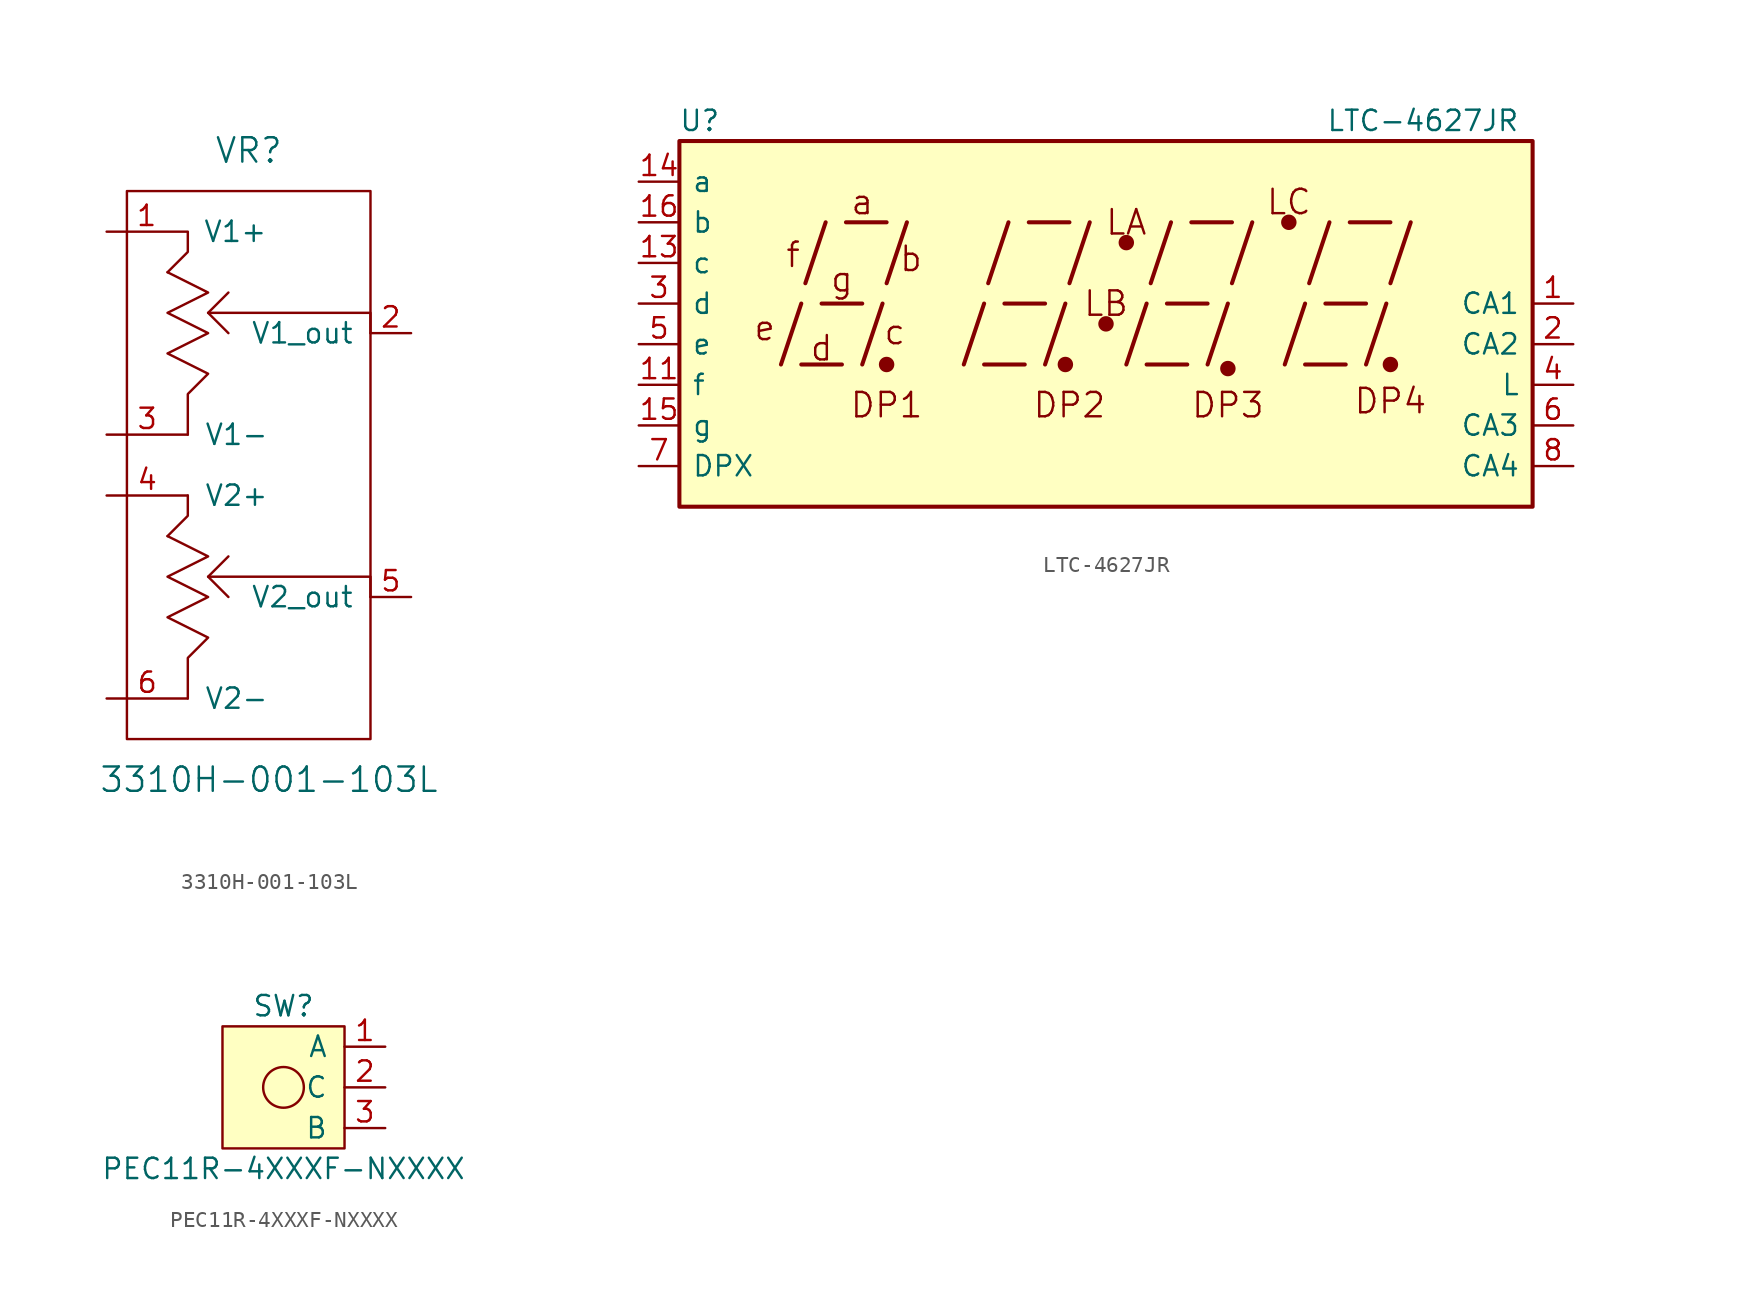
<source format=kicad_sym>
(kicad_symbol_lib
  (version 20211014)
  (generator kicad_symbol_editor)
  (symbol "3310H-001-103L"
    (pin_names
      (offset 1.016))
    (property "Reference" "VR"
      (at 0 13.97 0)
      (effects (font (size 1.524 1.524))))
    (property "Value" "3310H-001-103L"
      (at 1.27 -25.4 0)
      (effects (font (size 1.524 1.524))))
    (symbol "3310H-001-103L_0_1"
      (rectangle (start -7.62 11.43) (end 7.62 -22.86) (stroke (width 0) (type default) (color 0 0 0 0)) (fill (type none)))
      (polyline (pts (xy -5.08 -10.16) (xy -3.81 -8.89) (xy -3.81 -7.62)) (stroke (width 0) (type default) (color 0 0 0 0)) (fill (type none)))
      (polyline (pts (xy -5.08 6.35) (xy -3.81 7.62) (xy -3.81 8.89)) (stroke (width 0) (type default) (color 0 0 0 0)) (fill (type none)))
      (polyline (pts (xy -1.27 -11.43) (xy -2.54 -12.7) (xy -1.27 -13.97)) (stroke (width 0) (type default) (color 0 0 0 0)) (fill (type none)))
      (polyline (pts (xy -1.27 5.08) (xy -2.54 3.81) (xy -1.27 2.54)) (stroke (width 0) (type default) (color 0 0 0 0)) (fill (type none)))
      (polyline (pts (xy 7.62 -13.97) (xy 7.62 -12.7) (xy -2.54 -12.7)) (stroke (width 0) (type default) (color 0 0 0 0)) (fill (type none)))
      (polyline (pts (xy 7.62 2.54) (xy 7.62 3.81) (xy -2.54 3.81)) (stroke (width 0) (type default) (color 0 0 0 0)) (fill (type none)))
      (polyline (pts (xy -5.08 -10.16) (xy -2.54 -11.43) (xy -5.08 -12.7) (xy -2.54 -13.97) (xy -5.08 -15.24) (xy -2.54 -16.51) (xy -3.81 -17.78) (xy -3.81 -20.32)) (stroke (width 0) (type default) (color 0 0 0 0)) (fill (type none)))
      (polyline (pts (xy -5.08 6.35) (xy -2.54 5.08) (xy -5.08 3.81) (xy -2.54 2.54) (xy -5.08 1.27) (xy -2.54 0) (xy -3.81 -1.27) (xy -3.81 -3.81)) (stroke (width 0) (type default) (color 0 0 0 0)) (fill (type none))))
    (symbol "3310H-001-103L_1_1"
      (pin input line (at -8.89 8.89 0) (length 5.004) (name "V1+" (effects (font (size 1.27 1.27)))) (number "1" (effects (font (size 1.27 1.27)))))
      (pin input line (at 10.16 2.54 180) (length 2.54) (name "V1_out" (effects (font (size 1.27 1.27)))) (number "2" (effects (font (size 1.27 1.27)))))
      (pin input line (at -8.89 -3.81 0) (length 5.08) (name "V1-" (effects (font (size 1.27 1.27)))) (number "3" (effects (font (size 1.27 1.27)))))
      (pin input line (at -8.89 -7.62 0) (length 5.08) (name "V2+" (effects (font (size 1.27 1.27)))) (number "4" (effects (font (size 1.27 1.27)))))
      (pin input line (at 10.16 -13.97 180) (length 2.54) (name "V2_out" (effects (font (size 1.27 1.27)))) (number "5" (effects (font (size 1.27 1.27)))))
      (pin input line (at -8.89 -20.32 0) (length 5.08) (name "V2-" (effects (font (size 1.27 1.27)))) (number "6" (effects (font (size 1.27 1.27)))))))
  (symbol "LTC-4627JR"
    (pin_names
      (offset 0.762))
    (property "Reference" "U"
      (at -24.13 11.43 0)
      (effects (font (size 1.27 1.27))))
    (property "Value" "LTC-4627JR"
      (at 21.082 11.43 0)
      (effects (font (size 1.27 1.27))))
    (symbol "LTC-4627JR_0_0"
      (rectangle (start -25.4 10.16) (end 27.94 -12.7) (stroke (width 0.254) (type default) (color 0 0 0 0)) (fill (type background)))
      (polyline (pts (xy -19.05 -3.81) (xy -17.78 0)) (stroke (width 0.254) (type default) (color 0 0 0 0)) (fill (type none)))
      (polyline (pts (xy -17.78 -3.81) (xy -15.24 -3.81)) (stroke (width 0.254) (type default) (color 0 0 0 0)) (fill (type none)))
      (polyline (pts (xy -17.526 1.27) (xy -16.256 5.08)) (stroke (width 0.254) (type default) (color 0 0 0 0)) (fill (type none)))
      (polyline (pts (xy -16.51 0) (xy -13.97 0)) (stroke (width 0.254) (type default) (color 0 0 0 0)) (fill (type none)))
      (polyline (pts (xy -14.986 5.08) (xy -12.446 5.08)) (stroke (width 0.254) (type default) (color 0 0 0 0)) (fill (type none)))
      (polyline (pts (xy -13.97 -3.81) (xy -12.7 0)) (stroke (width 0.254) (type default) (color 0 0 0 0)) (fill (type none)))
      (polyline (pts (xy -12.446 1.27) (xy -11.176 5.08)) (stroke (width 0.254) (type default) (color 0 0 0 0)) (fill (type none)))
      (polyline (pts (xy -7.62 -3.81) (xy -6.35 0)) (stroke (width 0.254) (type default) (color 0 0 0 0)) (fill (type none)))
      (polyline (pts (xy -6.35 -3.81) (xy -3.81 -3.81)) (stroke (width 0.254) (type default) (color 0 0 0 0)) (fill (type none)))
      (polyline (pts (xy -6.096 1.27) (xy -4.826 5.08)) (stroke (width 0.254) (type default) (color 0 0 0 0)) (fill (type none)))
      (polyline (pts (xy -5.08 0) (xy -2.54 0)) (stroke (width 0.254) (type default) (color 0 0 0 0)) (fill (type none)))
      (polyline (pts (xy -3.556 5.08) (xy -1.016 5.08)) (stroke (width 0.254) (type default) (color 0 0 0 0)) (fill (type none)))
      (polyline (pts (xy -2.54 -3.81) (xy -1.27 0)) (stroke (width 0.254) (type default) (color 0 0 0 0)) (fill (type none)))
      (polyline (pts (xy -1.016 1.27) (xy 0.254 5.08)) (stroke (width 0.254) (type default) (color 0 0 0 0)) (fill (type none)))
      (polyline (pts (xy 2.54 -3.81) (xy 3.81 0)) (stroke (width 0.254) (type default) (color 0 0 0 0)) (fill (type none)))
      (polyline (pts (xy 3.81 -3.81) (xy 6.35 -3.81)) (stroke (width 0.254) (type default) (color 0 0 0 0)) (fill (type none)))
      (polyline (pts (xy 4.064 1.27) (xy 5.334 5.08)) (stroke (width 0.254) (type default) (color 0 0 0 0)) (fill (type none)))
      (polyline (pts (xy 5.08 0) (xy 7.62 0)) (stroke (width 0.254) (type default) (color 0 0 0 0)) (fill (type none)))
      (polyline (pts (xy 6.604 5.08) (xy 9.144 5.08)) (stroke (width 0.254) (type default) (color 0 0 0 0)) (fill (type none)))
      (polyline (pts (xy 7.62 -3.81) (xy 8.89 0)) (stroke (width 0.254) (type default) (color 0 0 0 0)) (fill (type none)))
      (polyline (pts (xy 9.144 1.27) (xy 10.414 5.08)) (stroke (width 0.254) (type default) (color 0 0 0 0)) (fill (type none)))
      (polyline (pts (xy 12.446 -3.81) (xy 13.716 0)) (stroke (width 0.254) (type default) (color 0 0 0 0)) (fill (type none)))
      (polyline (pts (xy 13.716 -3.81) (xy 16.256 -3.81)) (stroke (width 0.254) (type default) (color 0 0 0 0)) (fill (type none)))
      (polyline (pts (xy 13.97 1.27) (xy 15.24 5.08)) (stroke (width 0.254) (type default) (color 0 0 0 0)) (fill (type none)))
      (polyline (pts (xy 14.986 0) (xy 17.526 0)) (stroke (width 0.254) (type default) (color 0 0 0 0)) (fill (type none)))
      (polyline (pts (xy 16.51 5.08) (xy 19.05 5.08)) (stroke (width 0.254) (type default) (color 0 0 0 0)) (fill (type none)))
      (polyline (pts (xy 17.526 -3.81) (xy 18.796 0)) (stroke (width 0.254) (type default) (color 0 0 0 0)) (fill (type none)))
      (polyline (pts (xy 19.05 1.27) (xy 20.32 5.08)) (stroke (width 0.254) (type default) (color 0 0 0 0)) (fill (type none)))
      (text "a" (at -13.97 6.35 0) (effects (font (size 1.524 1.524))))
      (text "b" (at -10.922 2.794 0) (effects (font (size 1.524 1.524))))
      (text "c" (at -11.938 -1.778 0) (effects (font (size 1.524 1.524))))
      (text "d" (at -16.51 -2.794 0) (effects (font (size 1.524 1.524))))
      (text "DP1" (at -12.446 -6.35 0) (effects (font (size 1.524 1.524))))
      (text "DP2" (at -1.016 -6.35 0) (effects (font (size 1.524 1.524))))
      (text "DP3" (at 8.89 -6.35 0) (effects (font (size 1.524 1.524))))
      (text "DP4" (at 19.05 -6.096 0) (effects (font (size 1.524 1.524))))
      (text "e" (at -20.066 -1.524 0) (effects (font (size 1.524 1.524))))
      (text "f" (at -18.288 3.048 0) (effects (font (size 1.524 1.524))))
      (text "g" (at -15.24 1.524 0) (effects (font (size 1.524 1.524))))
      (text "LA" (at 2.54 5.08 0) (effects (font (size 1.524 1.524))))
      (text "LB" (at 1.27 0 0) (effects (font (size 1.524 1.524))))
      (text "LC" (at 12.7 6.35 0) (effects (font (size 1.524 1.524)))))
    (symbol "LTC-4627JR_0_1"
      (circle (center -12.446 -3.81) (radius 0.356) (stroke (width 0.254) (type default) (color 0 0 0 0)) (fill (type outline)))
      (circle (center -1.27 -3.81) (radius 0.356) (stroke (width 0.254) (type default) (color 0 0 0 0)) (fill (type outline)))
      (circle (center 1.27 -1.27) (radius 0.356) (stroke (width 0.254) (type default) (color 0 0 0 0)) (fill (type outline)))
      (circle (center 2.54 3.81) (radius 0.356) (stroke (width 0.254) (type default) (color 0 0 0 0)) (fill (type outline)))
      (circle (center 12.7 5.08) (radius 0.356) (stroke (width 0.254) (type default) (color 0 0 0 0)) (fill (type outline))))
    (symbol "LTC-4627JR_1_0"
      (circle (center 8.89 -4.064) (radius 0.356) (stroke (width 0.254) (type default) (color 0 0 0 0)) (fill (type outline)))
      (circle (center 19.05 -3.81) (radius 0.356) (stroke (width 0.254) (type default) (color 0 0 0 0)) (fill (type outline))))
    (symbol "LTC-4627JR_1_1"
      (pin input line (at 30.48 0 180) (length 2.54) (name "CA1" (effects (font (size 1.27 1.27)))) (number "1" (effects (font (size 1.27 1.27)))))
      (pin input line (at -27.94 -5.08 0) (length 2.54) (name "f" (effects (font (size 1.27 1.27)))) (number "11" (effects (font (size 1.27 1.27)))))
      (pin input line (at -27.94 2.54 0) (length 2.54) (name "c" (effects (font (size 1.27 1.27)))) (number "13" (effects (font (size 1.27 1.27)))))
      (pin input line (at -27.94 7.62 0) (length 2.54) (name "a" (effects (font (size 1.27 1.27)))) (number "14" (effects (font (size 1.27 1.27)))))
      (pin input line (at -27.94 -7.62 0) (length 2.54) (name "g" (effects (font (size 1.27 1.27)))) (number "15" (effects (font (size 1.27 1.27)))))
      (pin input line (at -27.94 5.08 0) (length 2.54) (name "b" (effects (font (size 1.27 1.27)))) (number "16" (effects (font (size 1.27 1.27)))))
      (pin input line (at 30.48 -2.54 180) (length 2.54) (name "CA2" (effects (font (size 1.27 1.27)))) (number "2" (effects (font (size 1.27 1.27)))))
      (pin input line (at -27.94 0 0) (length 2.54) (name "d" (effects (font (size 1.27 1.27)))) (number "3" (effects (font (size 1.27 1.27)))))
      (pin input line (at 30.48 -5.08 180) (length 2.54) (name "L" (effects (font (size 1.27 1.27)))) (number "4" (effects (font (size 1.27 1.27)))))
      (pin input line (at -27.94 -2.54 0) (length 2.54) (name "e" (effects (font (size 1.27 1.27)))) (number "5" (effects (font (size 1.27 1.27)))))
      (pin input line (at 30.48 -7.62 180) (length 2.54) (name "CA3" (effects (font (size 1.27 1.27)))) (number "6" (effects (font (size 1.27 1.27)))))
      (pin input line (at -27.94 -10.16 0) (length 2.54) (name "DPX" (effects (font (size 1.27 1.27)))) (number "7" (effects (font (size 1.27 1.27)))))
      (pin input line (at 30.48 -10.16 180) (length 2.54) (name "CA4" (effects (font (size 1.27 1.27)))) (number "8" (effects (font (size 1.27 1.27)))))))
  (symbol "PEC11R-4XXXF-NXXXX"
    (pin_names
      (offset 1.016))
    (property "Reference" "SW"
      (at 0 5.08 0)
      (effects (font (size 1.27 1.27))))
    (property "Value" "PEC11R-4XXXF-NXXXX"
      (at 0 -5.08 0)
      (effects (font (size 1.27 1.27))))
    (symbol "PEC11R-4XXXF-NXXXX_0_1"
      (rectangle (start -3.81 3.81) (end 3.81 -3.81) (stroke (width 0) (type default) (color 0 0 0 0)) (fill (type background)))
      (circle (center 0 0) (radius 1.27) (stroke (width 0) (type default) (color 0 0 0 0)) (fill (type none))))
    (symbol "PEC11R-4XXXF-NXXXX_1_1"
      (pin passive line (at 6.35 2.54 180) (length 2.54) (name "A" (effects (font (size 1.27 1.27)))) (number "1" (effects (font (size 1.27 1.27)))))
      (pin passive line (at 6.35 0 180) (length 2.54) (name "C" (effects (font (size 1.27 1.27)))) (number "2" (effects (font (size 1.27 1.27)))))
      (pin passive line (at 6.35 -2.54 180) (length 2.54) (name "B" (effects (font (size 1.27 1.27)))) (number "3" (effects (font (size 1.27 1.27))))))))
</source>
